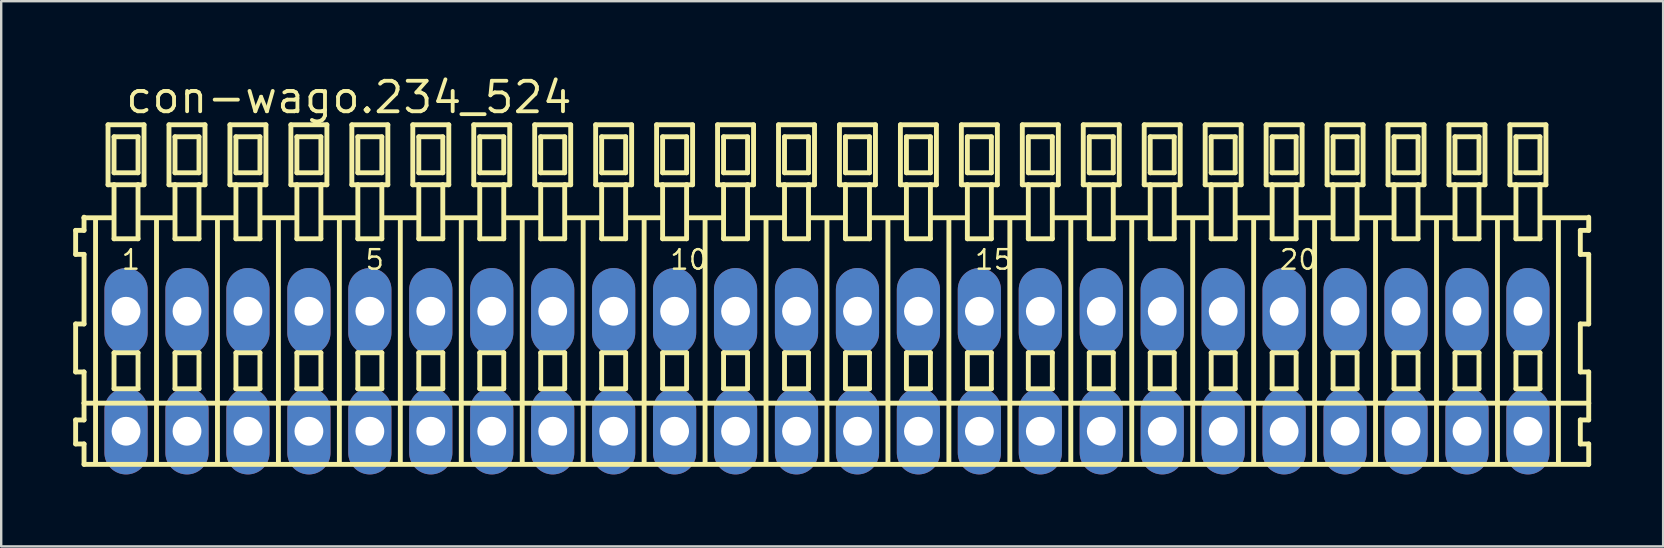
<source format=kicad_pcb>
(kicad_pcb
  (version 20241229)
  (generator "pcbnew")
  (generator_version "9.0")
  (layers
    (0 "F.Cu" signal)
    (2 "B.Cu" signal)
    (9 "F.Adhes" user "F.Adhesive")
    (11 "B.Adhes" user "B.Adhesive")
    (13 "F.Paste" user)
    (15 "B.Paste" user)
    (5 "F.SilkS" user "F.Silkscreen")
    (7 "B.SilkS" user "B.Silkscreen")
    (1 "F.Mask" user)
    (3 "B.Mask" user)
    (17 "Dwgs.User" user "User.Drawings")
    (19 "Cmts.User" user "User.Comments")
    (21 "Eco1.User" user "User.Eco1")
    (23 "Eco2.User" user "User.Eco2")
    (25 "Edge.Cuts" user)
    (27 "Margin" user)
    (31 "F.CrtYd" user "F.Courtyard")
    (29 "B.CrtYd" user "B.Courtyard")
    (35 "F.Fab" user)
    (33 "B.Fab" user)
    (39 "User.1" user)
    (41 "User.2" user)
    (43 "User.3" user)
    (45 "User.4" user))
  (footprint "con-wago.234_524"
    (layer "F.Cu")
    (at 31.412 12.42)
    (property "Reference" "con-wago.234_524" (at -29.31 -10.67 0) (layer "F.SilkS") (effects (font (size 1.27 1.27) (thickness 0.16)) (justify left bottom)))
    (attr through_hole)
    (fp_line (start -31.31 -5.87) (end -31.31 -4.87) (stroke (width 0.203) (type default)) (layer "F.SilkS"))
    (fp_line (start -31.31 -4.87) (end -30.96 -4.87) (stroke (width 0.203) (type default)) (layer "F.SilkS"))
    (fp_line (start -31.31 -1.97) (end -31.31 0.03) (stroke (width 0.203) (type default)) (layer "F.SilkS"))
    (fp_line (start -31.31 0.03) (end -30.96 0.03) (stroke (width 0.203) (type default)) (layer "F.SilkS"))
    (fp_line (start -31.31 2.03) (end -31.31 3.03) (stroke (width 0.203) (type default)) (layer "F.SilkS"))
    (fp_line (start -31.31 3.03) (end -30.96 3.03) (stroke (width 0.203) (type default)) (layer "F.SilkS"))
    (fp_line (start -30.96 -6.42) (end -30.96 -6.395) (stroke (width 0.203) (type default)) (layer "F.SilkS"))
    (fp_line (start -30.96 -6.395) (end -30.96 -5.87) (stroke (width 0.203) (type default)) (layer "F.SilkS"))
    (fp_line (start -30.96 -6.395) (end -29.835 -6.395) (stroke (width 0.203) (type default)) (layer "F.SilkS"))
    (fp_line (start -30.96 -5.87) (end -31.31 -5.87) (stroke (width 0.203) (type default)) (layer "F.SilkS"))
    (fp_line (start -30.96 -4.87) (end -30.96 -1.97) (stroke (width 0.203) (type default)) (layer "F.SilkS"))
    (fp_line (start -30.96 -1.97) (end -31.31 -1.97) (stroke (width 0.203) (type default)) (layer "F.SilkS"))
    (fp_line (start -30.96 0.03) (end -30.96 1.33) (stroke (width 0.203) (type default)) (layer "F.SilkS"))
    (fp_line (start -30.96 1.33) (end -30.96 2.03) (stroke (width 0.203) (type default)) (layer "F.SilkS"))
    (fp_line (start -30.96 1.33) (end 31.743 1.33) (stroke (width 0.203) (type default)) (layer "F.SilkS"))
    (fp_line (start -30.96 2.03) (end -31.31 2.03) (stroke (width 0.203) (type default)) (layer "F.SilkS"))
    (fp_line (start -30.96 3.03) (end -30.96 3.88) (stroke (width 0.203) (type default)) (layer "F.SilkS"))
    (fp_line (start -30.96 3.88) (end 31.743 3.88) (stroke (width 0.203) (type default)) (layer "F.SilkS"))
    (fp_line (start -30.48 3.83) (end -30.48 -6.33) (stroke (width 0.203) (type default)) (layer "F.SilkS"))
    (fp_line (start -29.96 -10.27) (end -29.96 -7.77) (stroke (width 0.203) (type default)) (layer "F.SilkS"))
    (fp_line (start -29.96 -7.77) (end -29.71 -7.77) (stroke (width 0.203) (type default)) (layer "F.SilkS"))
    (fp_line (start -29.71 -9.77) (end -29.71 -8.27) (stroke (width 0.203) (type default)) (layer "F.SilkS"))
    (fp_line (start -29.71 -8.27) (end -28.71 -8.27) (stroke (width 0.203) (type default)) (layer "F.SilkS"))
    (fp_line (start -29.71 -7.77) (end -29.71 -5.52) (stroke (width 0.203) (type default)) (layer "F.SilkS"))
    (fp_line (start -29.71 -7.77) (end -28.71 -7.77) (stroke (width 0.203) (type default)) (layer "F.SilkS"))
    (fp_line (start -29.71 -5.52) (end -28.71 -5.52) (stroke (width 0.203) (type default)) (layer "F.SilkS"))
    (fp_line (start -29.71 -0.77) (end -29.71 0.73) (stroke (width 0.203) (type default)) (layer "F.SilkS"))
    (fp_line (start -29.71 0.73) (end -28.71 0.73) (stroke (width 0.203) (type default)) (layer "F.SilkS"))
    (fp_line (start -28.71 -9.77) (end -29.71 -9.77) (stroke (width 0.203) (type default)) (layer "F.SilkS"))
    (fp_line (start -28.71 -8.27) (end -28.71 -9.77) (stroke (width 0.203) (type default)) (layer "F.SilkS"))
    (fp_line (start -28.71 -7.77) (end -28.46 -7.77) (stroke (width 0.203) (type default)) (layer "F.SilkS"))
    (fp_line (start -28.71 -5.52) (end -28.71 -7.77) (stroke (width 0.203) (type default)) (layer "F.SilkS"))
    (fp_line (start -28.71 -0.77) (end -29.71 -0.77) (stroke (width 0.203) (type default)) (layer "F.SilkS"))
    (fp_line (start -28.71 0.73) (end -28.71 -0.77) (stroke (width 0.203) (type default)) (layer "F.SilkS"))
    (fp_line (start -28.674 -6.395) (end -27.295 -6.395) (stroke (width 0.203) (type default)) (layer "F.SilkS"))
    (fp_line (start -28.46 -10.27) (end -29.96 -10.27) (stroke (width 0.203) (type default)) (layer "F.SilkS"))
    (fp_line (start -28.46 -7.77) (end -28.46 -10.27) (stroke (width 0.203) (type default)) (layer "F.SilkS"))
    (fp_line (start -27.94 3.83) (end -27.94 -6.33) (stroke (width 0.203) (type default)) (layer "F.SilkS"))
    (fp_line (start -27.42 -10.27) (end -27.42 -7.77) (stroke (width 0.203) (type default)) (layer "F.SilkS"))
    (fp_line (start -27.42 -7.77) (end -27.17 -7.77) (stroke (width 0.203) (type default)) (layer "F.SilkS"))
    (fp_line (start -27.17 -9.77) (end -27.17 -8.27) (stroke (width 0.203) (type default)) (layer "F.SilkS"))
    (fp_line (start -27.17 -8.27) (end -26.17 -8.27) (stroke (width 0.203) (type default)) (layer "F.SilkS"))
    (fp_line (start -27.17 -7.77) (end -27.17 -5.52) (stroke (width 0.203) (type default)) (layer "F.SilkS"))
    (fp_line (start -27.17 -7.77) (end -26.17 -7.77) (stroke (width 0.203) (type default)) (layer "F.SilkS"))
    (fp_line (start -27.17 -5.52) (end -26.17 -5.52) (stroke (width 0.203) (type default)) (layer "F.SilkS"))
    (fp_line (start -27.17 -0.77) (end -27.17 0.73) (stroke (width 0.203) (type default)) (layer "F.SilkS"))
    (fp_line (start -27.17 0.73) (end -26.17 0.73) (stroke (width 0.203) (type default)) (layer "F.SilkS"))
    (fp_line (start -26.17 -9.77) (end -27.17 -9.77) (stroke (width 0.203) (type default)) (layer "F.SilkS"))
    (fp_line (start -26.17 -8.27) (end -26.17 -9.77) (stroke (width 0.203) (type default)) (layer "F.SilkS"))
    (fp_line (start -26.17 -7.77) (end -25.92 -7.77) (stroke (width 0.203) (type default)) (layer "F.SilkS"))
    (fp_line (start -26.17 -5.52) (end -26.17 -7.77) (stroke (width 0.203) (type default)) (layer "F.SilkS"))
    (fp_line (start -26.17 -0.77) (end -27.17 -0.77) (stroke (width 0.203) (type default)) (layer "F.SilkS"))
    (fp_line (start -26.17 0.73) (end -26.17 -0.77) (stroke (width 0.203) (type default)) (layer "F.SilkS"))
    (fp_line (start -26.134 -6.395) (end -24.755 -6.395) (stroke (width 0.203) (type default)) (layer "F.SilkS"))
    (fp_line (start -25.92 -10.27) (end -27.42 -10.27) (stroke (width 0.203) (type default)) (layer "F.SilkS"))
    (fp_line (start -25.92 -7.77) (end -25.92 -10.27) (stroke (width 0.203) (type default)) (layer "F.SilkS"))
    (fp_line (start -25.4 3.83) (end -25.4 -6.33) (stroke (width 0.203) (type default)) (layer "F.SilkS"))
    (fp_line (start -24.88 -10.27) (end -24.88 -7.77) (stroke (width 0.203) (type default)) (layer "F.SilkS"))
    (fp_line (start -24.88 -7.77) (end -24.63 -7.77) (stroke (width 0.203) (type default)) (layer "F.SilkS"))
    (fp_line (start -24.63 -9.77) (end -24.63 -8.27) (stroke (width 0.203) (type default)) (layer "F.SilkS"))
    (fp_line (start -24.63 -8.27) (end -23.63 -8.27) (stroke (width 0.203) (type default)) (layer "F.SilkS"))
    (fp_line (start -24.63 -7.77) (end -24.63 -5.52) (stroke (width 0.203) (type default)) (layer "F.SilkS"))
    (fp_line (start -24.63 -7.77) (end -23.63 -7.77) (stroke (width 0.203) (type default)) (layer "F.SilkS"))
    (fp_line (start -24.63 -5.52) (end -23.63 -5.52) (stroke (width 0.203) (type default)) (layer "F.SilkS"))
    (fp_line (start -24.63 -0.77) (end -24.63 0.73) (stroke (width 0.203) (type default)) (layer "F.SilkS"))
    (fp_line (start -24.63 0.73) (end -23.63 0.73) (stroke (width 0.203) (type default)) (layer "F.SilkS"))
    (fp_line (start -23.63 -9.77) (end -24.63 -9.77) (stroke (width 0.203) (type default)) (layer "F.SilkS"))
    (fp_line (start -23.63 -8.27) (end -23.63 -9.77) (stroke (width 0.203) (type default)) (layer "F.SilkS"))
    (fp_line (start -23.63 -7.77) (end -23.38 -7.77) (stroke (width 0.203) (type default)) (layer "F.SilkS"))
    (fp_line (start -23.63 -5.52) (end -23.63 -7.77) (stroke (width 0.203) (type default)) (layer "F.SilkS"))
    (fp_line (start -23.63 -0.77) (end -24.63 -0.77) (stroke (width 0.203) (type default)) (layer "F.SilkS"))
    (fp_line (start -23.63 0.73) (end -23.63 -0.77) (stroke (width 0.203) (type default)) (layer "F.SilkS"))
    (fp_line (start -23.594 -6.395) (end -22.215 -6.395) (stroke (width 0.203) (type default)) (layer "F.SilkS"))
    (fp_line (start -23.38 -10.27) (end -24.88 -10.27) (stroke (width 0.203) (type default)) (layer "F.SilkS"))
    (fp_line (start -23.38 -7.77) (end -23.38 -10.27) (stroke (width 0.203) (type default)) (layer "F.SilkS"))
    (fp_line (start -22.86 3.83) (end -22.86 -6.33) (stroke (width 0.203) (type default)) (layer "F.SilkS"))
    (fp_line (start -22.34 -10.27) (end -22.34 -7.77) (stroke (width 0.203) (type default)) (layer "F.SilkS"))
    (fp_line (start -22.34 -7.77) (end -22.09 -7.77) (stroke (width 0.203) (type default)) (layer "F.SilkS"))
    (fp_line (start -22.09 -9.77) (end -22.09 -8.27) (stroke (width 0.203) (type default)) (layer "F.SilkS"))
    (fp_line (start -22.09 -8.27) (end -21.09 -8.27) (stroke (width 0.203) (type default)) (layer "F.SilkS"))
    (fp_line (start -22.09 -7.77) (end -22.09 -5.52) (stroke (width 0.203) (type default)) (layer "F.SilkS"))
    (fp_line (start -22.09 -7.77) (end -21.09 -7.77) (stroke (width 0.203) (type default)) (layer "F.SilkS"))
    (fp_line (start -22.09 -5.52) (end -21.09 -5.52) (stroke (width 0.203) (type default)) (layer "F.SilkS"))
    (fp_line (start -22.09 -0.77) (end -22.09 0.73) (stroke (width 0.203) (type default)) (layer "F.SilkS"))
    (fp_line (start -22.09 0.73) (end -21.09 0.73) (stroke (width 0.203) (type default)) (layer "F.SilkS"))
    (fp_line (start -21.09 -9.77) (end -22.09 -9.77) (stroke (width 0.203) (type default)) (layer "F.SilkS"))
    (fp_line (start -21.09 -8.27) (end -21.09 -9.77) (stroke (width 0.203) (type default)) (layer "F.SilkS"))
    (fp_line (start -21.09 -7.77) (end -20.84 -7.77) (stroke (width 0.203) (type default)) (layer "F.SilkS"))
    (fp_line (start -21.09 -5.52) (end -21.09 -7.77) (stroke (width 0.203) (type default)) (layer "F.SilkS"))
    (fp_line (start -21.09 -0.77) (end -22.09 -0.77) (stroke (width 0.203) (type default)) (layer "F.SilkS"))
    (fp_line (start -21.09 0.73) (end -21.09 -0.77) (stroke (width 0.203) (type default)) (layer "F.SilkS"))
    (fp_line (start -21.054 -6.395) (end -19.675 -6.395) (stroke (width 0.203) (type default)) (layer "F.SilkS"))
    (fp_line (start -20.84 -10.27) (end -22.34 -10.27) (stroke (width 0.203) (type default)) (layer "F.SilkS"))
    (fp_line (start -20.84 -7.77) (end -20.84 -10.27) (stroke (width 0.203) (type default)) (layer "F.SilkS"))
    (fp_line (start -20.32 3.83) (end -20.32 -6.33) (stroke (width 0.203) (type default)) (layer "F.SilkS"))
    (fp_line (start -19.8 -10.27) (end -19.8 -7.77) (stroke (width 0.203) (type default)) (layer "F.SilkS"))
    (fp_line (start -19.8 -7.77) (end -19.55 -7.77) (stroke (width 0.203) (type default)) (layer "F.SilkS"))
    (fp_line (start -19.55 -9.77) (end -19.55 -8.27) (stroke (width 0.203) (type default)) (layer "F.SilkS"))
    (fp_line (start -19.55 -8.27) (end -18.55 -8.27) (stroke (width 0.203) (type default)) (layer "F.SilkS"))
    (fp_line (start -19.55 -7.77) (end -19.55 -5.52) (stroke (width 0.203) (type default)) (layer "F.SilkS"))
    (fp_line (start -19.55 -7.77) (end -18.55 -7.77) (stroke (width 0.203) (type default)) (layer "F.SilkS"))
    (fp_line (start -19.55 -5.52) (end -18.55 -5.52) (stroke (width 0.203) (type default)) (layer "F.SilkS"))
    (fp_line (start -19.55 -0.77) (end -19.55 0.73) (stroke (width 0.203) (type default)) (layer "F.SilkS"))
    (fp_line (start -19.55 0.73) (end -18.55 0.73) (stroke (width 0.203) (type default)) (layer "F.SilkS"))
    (fp_line (start -18.55 -9.77) (end -19.55 -9.77) (stroke (width 0.203) (type default)) (layer "F.SilkS"))
    (fp_line (start -18.55 -8.27) (end -18.55 -9.77) (stroke (width 0.203) (type default)) (layer "F.SilkS"))
    (fp_line (start -18.55 -7.77) (end -18.3 -7.77) (stroke (width 0.203) (type default)) (layer "F.SilkS"))
    (fp_line (start -18.55 -5.52) (end -18.55 -7.77) (stroke (width 0.203) (type default)) (layer "F.SilkS"))
    (fp_line (start -18.55 -0.77) (end -19.55 -0.77) (stroke (width 0.203) (type default)) (layer "F.SilkS"))
    (fp_line (start -18.55 0.73) (end -18.55 -0.77) (stroke (width 0.203) (type default)) (layer "F.SilkS"))
    (fp_line (start -18.514 -6.395) (end -17.135 -6.395) (stroke (width 0.203) (type default)) (layer "F.SilkS"))
    (fp_line (start -18.3 -10.27) (end -19.8 -10.27) (stroke (width 0.203) (type default)) (layer "F.SilkS"))
    (fp_line (start -18.3 -7.77) (end -18.3 -10.27) (stroke (width 0.203) (type default)) (layer "F.SilkS"))
    (fp_line (start -17.78 3.83) (end -17.78 -6.33) (stroke (width 0.203) (type default)) (layer "F.SilkS"))
    (fp_line (start -17.26 -10.27) (end -17.26 -7.77) (stroke (width 0.203) (type default)) (layer "F.SilkS"))
    (fp_line (start -17.26 -7.77) (end -17.01 -7.77) (stroke (width 0.203) (type default)) (layer "F.SilkS"))
    (fp_line (start -17.01 -9.77) (end -17.01 -8.27) (stroke (width 0.203) (type default)) (layer "F.SilkS"))
    (fp_line (start -17.01 -8.27) (end -16.01 -8.27) (stroke (width 0.203) (type default)) (layer "F.SilkS"))
    (fp_line (start -17.01 -7.77) (end -17.01 -5.52) (stroke (width 0.203) (type default)) (layer "F.SilkS"))
    (fp_line (start -17.01 -7.77) (end -16.01 -7.77) (stroke (width 0.203) (type default)) (layer "F.SilkS"))
    (fp_line (start -17.01 -5.52) (end -16.01 -5.52) (stroke (width 0.203) (type default)) (layer "F.SilkS"))
    (fp_line (start -17.01 -0.77) (end -17.01 0.73) (stroke (width 0.203) (type default)) (layer "F.SilkS"))
    (fp_line (start -17.01 0.73) (end -16.01 0.73) (stroke (width 0.203) (type default)) (layer "F.SilkS"))
    (fp_line (start -16.01 -9.77) (end -17.01 -9.77) (stroke (width 0.203) (type default)) (layer "F.SilkS"))
    (fp_line (start -16.01 -8.27) (end -16.01 -9.77) (stroke (width 0.203) (type default)) (layer "F.SilkS"))
    (fp_line (start -16.01 -7.77) (end -15.76 -7.77) (stroke (width 0.203) (type default)) (layer "F.SilkS"))
    (fp_line (start -16.01 -5.52) (end -16.01 -7.77) (stroke (width 0.203) (type default)) (layer "F.SilkS"))
    (fp_line (start -16.01 -0.77) (end -17.01 -0.77) (stroke (width 0.203) (type default)) (layer "F.SilkS"))
    (fp_line (start -16.01 0.73) (end -16.01 -0.77) (stroke (width 0.203) (type default)) (layer "F.SilkS"))
    (fp_line (start -15.974 -6.395) (end -14.595 -6.395) (stroke (width 0.203) (type default)) (layer "F.SilkS"))
    (fp_line (start -15.76 -10.27) (end -17.26 -10.27) (stroke (width 0.203) (type default)) (layer "F.SilkS"))
    (fp_line (start -15.76 -7.77) (end -15.76 -10.27) (stroke (width 0.203) (type default)) (layer "F.SilkS"))
    (fp_line (start -15.24 3.83) (end -15.24 -6.33) (stroke (width 0.203) (type default)) (layer "F.SilkS"))
    (fp_line (start -14.72 -10.27) (end -14.72 -7.77) (stroke (width 0.203) (type default)) (layer "F.SilkS"))
    (fp_line (start -14.72 -7.77) (end -14.47 -7.77) (stroke (width 0.203) (type default)) (layer "F.SilkS"))
    (fp_line (start -14.47 -9.77) (end -14.47 -8.27) (stroke (width 0.203) (type default)) (layer "F.SilkS"))
    (fp_line (start -14.47 -8.27) (end -13.47 -8.27) (stroke (width 0.203) (type default)) (layer "F.SilkS"))
    (fp_line (start -14.47 -7.77) (end -14.47 -5.52) (stroke (width 0.203) (type default)) (layer "F.SilkS"))
    (fp_line (start -14.47 -7.77) (end -13.47 -7.77) (stroke (width 0.203) (type default)) (layer "F.SilkS"))
    (fp_line (start -14.47 -5.52) (end -13.47 -5.52) (stroke (width 0.203) (type default)) (layer "F.SilkS"))
    (fp_line (start -14.47 -0.77) (end -14.47 0.73) (stroke (width 0.203) (type default)) (layer "F.SilkS"))
    (fp_line (start -14.47 0.73) (end -13.47 0.73) (stroke (width 0.203) (type default)) (layer "F.SilkS"))
    (fp_line (start -13.47 -9.77) (end -14.47 -9.77) (stroke (width 0.203) (type default)) (layer "F.SilkS"))
    (fp_line (start -13.47 -8.27) (end -13.47 -9.77) (stroke (width 0.203) (type default)) (layer "F.SilkS"))
    (fp_line (start -13.47 -7.77) (end -13.22 -7.77) (stroke (width 0.203) (type default)) (layer "F.SilkS"))
    (fp_line (start -13.47 -5.52) (end -13.47 -7.77) (stroke (width 0.203) (type default)) (layer "F.SilkS"))
    (fp_line (start -13.47 -0.77) (end -14.47 -0.77) (stroke (width 0.203) (type default)) (layer "F.SilkS"))
    (fp_line (start -13.47 0.73) (end -13.47 -0.77) (stroke (width 0.203) (type default)) (layer "F.SilkS"))
    (fp_line (start -13.434 -6.395) (end -12.055 -6.395) (stroke (width 0.203) (type default)) (layer "F.SilkS"))
    (fp_line (start -13.22 -10.27) (end -14.72 -10.27) (stroke (width 0.203) (type default)) (layer "F.SilkS"))
    (fp_line (start -13.22 -7.77) (end -13.22 -10.27) (stroke (width 0.203) (type default)) (layer "F.SilkS"))
    (fp_line (start -12.7 3.83) (end -12.7 -6.33) (stroke (width 0.203) (type default)) (layer "F.SilkS"))
    (fp_line (start -12.18 -10.27) (end -12.18 -7.77) (stroke (width 0.203) (type default)) (layer "F.SilkS"))
    (fp_line (start -12.18 -7.77) (end -11.93 -7.77) (stroke (width 0.203) (type default)) (layer "F.SilkS"))
    (fp_line (start -11.93 -9.77) (end -11.93 -8.27) (stroke (width 0.203) (type default)) (layer "F.SilkS"))
    (fp_line (start -11.93 -8.27) (end -10.93 -8.27) (stroke (width 0.203) (type default)) (layer "F.SilkS"))
    (fp_line (start -11.93 -7.77) (end -11.93 -5.52) (stroke (width 0.203) (type default)) (layer "F.SilkS"))
    (fp_line (start -11.93 -7.77) (end -10.93 -7.77) (stroke (width 0.203) (type default)) (layer "F.SilkS"))
    (fp_line (start -11.93 -5.52) (end -10.93 -5.52) (stroke (width 0.203) (type default)) (layer "F.SilkS"))
    (fp_line (start -11.93 -0.77) (end -11.93 0.73) (stroke (width 0.203) (type default)) (layer "F.SilkS"))
    (fp_line (start -11.93 0.73) (end -10.93 0.73) (stroke (width 0.203) (type default)) (layer "F.SilkS"))
    (fp_line (start -10.93 -9.77) (end -11.93 -9.77) (stroke (width 0.203) (type default)) (layer "F.SilkS"))
    (fp_line (start -10.93 -8.27) (end -10.93 -9.77) (stroke (width 0.203) (type default)) (layer "F.SilkS"))
    (fp_line (start -10.93 -7.77) (end -10.68 -7.77) (stroke (width 0.203) (type default)) (layer "F.SilkS"))
    (fp_line (start -10.93 -5.52) (end -10.93 -7.77) (stroke (width 0.203) (type default)) (layer "F.SilkS"))
    (fp_line (start -10.93 -0.77) (end -11.93 -0.77) (stroke (width 0.203) (type default)) (layer "F.SilkS"))
    (fp_line (start -10.93 0.73) (end -10.93 -0.77) (stroke (width 0.203) (type default)) (layer "F.SilkS"))
    (fp_line (start -10.894 -6.395) (end -9.515 -6.395) (stroke (width 0.203) (type default)) (layer "F.SilkS"))
    (fp_line (start -10.68 -10.27) (end -12.18 -10.27) (stroke (width 0.203) (type default)) (layer "F.SilkS"))
    (fp_line (start -10.68 -7.77) (end -10.68 -10.27) (stroke (width 0.203) (type default)) (layer "F.SilkS"))
    (fp_line (start -10.16 3.83) (end -10.16 -6.33) (stroke (width 0.203) (type default)) (layer "F.SilkS"))
    (fp_line (start -9.64 -10.27) (end -9.64 -7.77) (stroke (width 0.203) (type default)) (layer "F.SilkS"))
    (fp_line (start -9.64 -7.77) (end -9.39 -7.77) (stroke (width 0.203) (type default)) (layer "F.SilkS"))
    (fp_line (start -9.39 -9.77) (end -9.39 -8.27) (stroke (width 0.203) (type default)) (layer "F.SilkS"))
    (fp_line (start -9.39 -8.27) (end -8.39 -8.27) (stroke (width 0.203) (type default)) (layer "F.SilkS"))
    (fp_line (start -9.39 -7.77) (end -9.39 -5.52) (stroke (width 0.203) (type default)) (layer "F.SilkS"))
    (fp_line (start -9.39 -7.77) (end -8.39 -7.77) (stroke (width 0.203) (type default)) (layer "F.SilkS"))
    (fp_line (start -9.39 -5.52) (end -8.39 -5.52) (stroke (width 0.203) (type default)) (layer "F.SilkS"))
    (fp_line (start -9.39 -0.77) (end -9.39 0.73) (stroke (width 0.203) (type default)) (layer "F.SilkS"))
    (fp_line (start -9.39 0.73) (end -8.39 0.73) (stroke (width 0.203) (type default)) (layer "F.SilkS"))
    (fp_line (start -8.39 -9.77) (end -9.39 -9.77) (stroke (width 0.203) (type default)) (layer "F.SilkS"))
    (fp_line (start -8.39 -8.27) (end -8.39 -9.77) (stroke (width 0.203) (type default)) (layer "F.SilkS"))
    (fp_line (start -8.39 -7.77) (end -8.14 -7.77) (stroke (width 0.203) (type default)) (layer "F.SilkS"))
    (fp_line (start -8.39 -5.52) (end -8.39 -7.77) (stroke (width 0.203) (type default)) (layer "F.SilkS"))
    (fp_line (start -8.39 -0.77) (end -9.39 -0.77) (stroke (width 0.203) (type default)) (layer "F.SilkS"))
    (fp_line (start -8.39 0.73) (end -8.39 -0.77) (stroke (width 0.203) (type default)) (layer "F.SilkS"))
    (fp_line (start -8.354 -6.395) (end -6.975 -6.395) (stroke (width 0.203) (type default)) (layer "F.SilkS"))
    (fp_line (start -8.14 -10.27) (end -9.64 -10.27) (stroke (width 0.203) (type default)) (layer "F.SilkS"))
    (fp_line (start -8.14 -7.77) (end -8.14 -10.27) (stroke (width 0.203) (type default)) (layer "F.SilkS"))
    (fp_line (start -7.62 3.83) (end -7.62 -6.33) (stroke (width 0.203) (type default)) (layer "F.SilkS"))
    (fp_line (start -7.1 -10.27) (end -7.1 -7.77) (stroke (width 0.203) (type default)) (layer "F.SilkS"))
    (fp_line (start -7.1 -7.77) (end -6.85 -7.77) (stroke (width 0.203) (type default)) (layer "F.SilkS"))
    (fp_line (start -6.85 -9.77) (end -6.85 -8.27) (stroke (width 0.203) (type default)) (layer "F.SilkS"))
    (fp_line (start -6.85 -8.27) (end -5.85 -8.27) (stroke (width 0.203) (type default)) (layer "F.SilkS"))
    (fp_line (start -6.85 -7.77) (end -6.85 -5.52) (stroke (width 0.203) (type default)) (layer "F.SilkS"))
    (fp_line (start -6.85 -7.77) (end -5.85 -7.77) (stroke (width 0.203) (type default)) (layer "F.SilkS"))
    (fp_line (start -6.85 -5.52) (end -5.85 -5.52) (stroke (width 0.203) (type default)) (layer "F.SilkS"))
    (fp_line (start -6.85 -0.77) (end -6.85 0.73) (stroke (width 0.203) (type default)) (layer "F.SilkS"))
    (fp_line (start -6.85 0.73) (end -5.85 0.73) (stroke (width 0.203) (type default)) (layer "F.SilkS"))
    (fp_line (start -5.85 -9.77) (end -6.85 -9.77) (stroke (width 0.203) (type default)) (layer "F.SilkS"))
    (fp_line (start -5.85 -8.27) (end -5.85 -9.77) (stroke (width 0.203) (type default)) (layer "F.SilkS"))
    (fp_line (start -5.85 -7.77) (end -5.6 -7.77) (stroke (width 0.203) (type default)) (layer "F.SilkS"))
    (fp_line (start -5.85 -5.52) (end -5.85 -7.77) (stroke (width 0.203) (type default)) (layer "F.SilkS"))
    (fp_line (start -5.85 -0.77) (end -6.85 -0.77) (stroke (width 0.203) (type default)) (layer "F.SilkS"))
    (fp_line (start -5.85 0.73) (end -5.85 -0.77) (stroke (width 0.203) (type default)) (layer "F.SilkS"))
    (fp_line (start -5.814 -6.395) (end -4.435 -6.395) (stroke (width 0.203) (type default)) (layer "F.SilkS"))
    (fp_line (start -5.6 -10.27) (end -7.1 -10.27) (stroke (width 0.203) (type default)) (layer "F.SilkS"))
    (fp_line (start -5.6 -7.77) (end -5.6 -10.27) (stroke (width 0.203) (type default)) (layer "F.SilkS"))
    (fp_line (start -5.08 3.83) (end -5.08 -6.33) (stroke (width 0.203) (type default)) (layer "F.SilkS"))
    (fp_line (start -4.56 -10.27) (end -4.56 -7.77) (stroke (width 0.203) (type default)) (layer "F.SilkS"))
    (fp_line (start -4.56 -7.77) (end -4.31 -7.77) (stroke (width 0.203) (type default)) (layer "F.SilkS"))
    (fp_line (start -4.31 -9.77) (end -4.31 -8.27) (stroke (width 0.203) (type default)) (layer "F.SilkS"))
    (fp_line (start -4.31 -8.27) (end -3.31 -8.27) (stroke (width 0.203) (type default)) (layer "F.SilkS"))
    (fp_line (start -4.31 -7.77) (end -4.31 -5.52) (stroke (width 0.203) (type default)) (layer "F.SilkS"))
    (fp_line (start -4.31 -7.77) (end -3.31 -7.77) (stroke (width 0.203) (type default)) (layer "F.SilkS"))
    (fp_line (start -4.31 -5.52) (end -3.31 -5.52) (stroke (width 0.203) (type default)) (layer "F.SilkS"))
    (fp_line (start -4.31 -0.77) (end -4.31 0.73) (stroke (width 0.203) (type default)) (layer "F.SilkS"))
    (fp_line (start -4.31 0.73) (end -3.31 0.73) (stroke (width 0.203) (type default)) (layer "F.SilkS"))
    (fp_line (start -3.31 -9.77) (end -4.31 -9.77) (stroke (width 0.203) (type default)) (layer "F.SilkS"))
    (fp_line (start -3.31 -8.27) (end -3.31 -9.77) (stroke (width 0.203) (type default)) (layer "F.SilkS"))
    (fp_line (start -3.31 -7.77) (end -3.06 -7.77) (stroke (width 0.203) (type default)) (layer "F.SilkS"))
    (fp_line (start -3.31 -5.52) (end -3.31 -7.77) (stroke (width 0.203) (type default)) (layer "F.SilkS"))
    (fp_line (start -3.31 -0.77) (end -4.31 -0.77) (stroke (width 0.203) (type default)) (layer "F.SilkS"))
    (fp_line (start -3.31 0.73) (end -3.31 -0.77) (stroke (width 0.203) (type default)) (layer "F.SilkS"))
    (fp_line (start -3.274 -6.395) (end -1.895 -6.395) (stroke (width 0.203) (type default)) (layer "F.SilkS"))
    (fp_line (start -3.06 -10.27) (end -4.56 -10.27) (stroke (width 0.203) (type default)) (layer "F.SilkS"))
    (fp_line (start -3.06 -7.77) (end -3.06 -10.27) (stroke (width 0.203) (type default)) (layer "F.SilkS"))
    (fp_line (start -2.54 3.83) (end -2.54 -6.33) (stroke (width 0.203) (type default)) (layer "F.SilkS"))
    (fp_line (start -2.02 -10.27) (end -2.02 -7.77) (stroke (width 0.203) (type default)) (layer "F.SilkS"))
    (fp_line (start -2.02 -7.77) (end -1.77 -7.77) (stroke (width 0.203) (type default)) (layer "F.SilkS"))
    (fp_line (start -1.77 -9.77) (end -1.77 -8.27) (stroke (width 0.203) (type default)) (layer "F.SilkS"))
    (fp_line (start -1.77 -8.27) (end -0.77 -8.27) (stroke (width 0.203) (type default)) (layer "F.SilkS"))
    (fp_line (start -1.77 -7.77) (end -1.77 -5.52) (stroke (width 0.203) (type default)) (layer "F.SilkS"))
    (fp_line (start -1.77 -7.77) (end -0.77 -7.77) (stroke (width 0.203) (type default)) (layer "F.SilkS"))
    (fp_line (start -1.77 -5.52) (end -0.77 -5.52) (stroke (width 0.203) (type default)) (layer "F.SilkS"))
    (fp_line (start -1.77 -0.77) (end -1.77 0.73) (stroke (width 0.203) (type default)) (layer "F.SilkS"))
    (fp_line (start -1.77 0.73) (end -0.77 0.73) (stroke (width 0.203) (type default)) (layer "F.SilkS"))
    (fp_line (start -0.77 -9.77) (end -1.77 -9.77) (stroke (width 0.203) (type default)) (layer "F.SilkS"))
    (fp_line (start -0.77 -8.27) (end -0.77 -9.77) (stroke (width 0.203) (type default)) (layer "F.SilkS"))
    (fp_line (start -0.77 -7.77) (end -0.52 -7.77) (stroke (width 0.203) (type default)) (layer "F.SilkS"))
    (fp_line (start -0.77 -5.52) (end -0.77 -7.77) (stroke (width 0.203) (type default)) (layer "F.SilkS"))
    (fp_line (start -0.77 -0.77) (end -1.77 -0.77) (stroke (width 0.203) (type default)) (layer "F.SilkS"))
    (fp_line (start -0.77 0.73) (end -0.77 -0.77) (stroke (width 0.203) (type default)) (layer "F.SilkS"))
    (fp_line (start -0.734 -6.395) (end 0.645 -6.395) (stroke (width 0.203) (type default)) (layer "F.SilkS"))
    (fp_line (start -0.52 -10.27) (end -2.02 -10.27) (stroke (width 0.203) (type default)) (layer "F.SilkS"))
    (fp_line (start -0.52 -7.77) (end -0.52 -10.27) (stroke (width 0.203) (type default)) (layer "F.SilkS"))
    (fp_line (start 0 3.83) (end 0 -6.33) (stroke (width 0.203) (type default)) (layer "F.SilkS"))
    (fp_line (start 0.52 -10.27) (end 0.52 -7.77) (stroke (width 0.203) (type default)) (layer "F.SilkS"))
    (fp_line (start 0.52 -7.77) (end 0.77 -7.77) (stroke (width 0.203) (type default)) (layer "F.SilkS"))
    (fp_line (start 0.77 -9.77) (end 0.77 -8.27) (stroke (width 0.203) (type default)) (layer "F.SilkS"))
    (fp_line (start 0.77 -8.27) (end 1.77 -8.27) (stroke (width 0.203) (type default)) (layer "F.SilkS"))
    (fp_line (start 0.77 -7.77) (end 0.77 -5.52) (stroke (width 0.203) (type default)) (layer "F.SilkS"))
    (fp_line (start 0.77 -7.77) (end 1.77 -7.77) (stroke (width 0.203) (type default)) (layer "F.SilkS"))
    (fp_line (start 0.77 -5.52) (end 1.77 -5.52) (stroke (width 0.203) (type default)) (layer "F.SilkS"))
    (fp_line (start 0.77 -0.77) (end 0.77 0.73) (stroke (width 0.203) (type default)) (layer "F.SilkS"))
    (fp_line (start 0.77 0.73) (end 1.77 0.73) (stroke (width 0.203) (type default)) (layer "F.SilkS"))
    (fp_line (start 1.77 -9.77) (end 0.77 -9.77) (stroke (width 0.203) (type default)) (layer "F.SilkS"))
    (fp_line (start 1.77 -8.27) (end 1.77 -9.77) (stroke (width 0.203) (type default)) (layer "F.SilkS"))
    (fp_line (start 1.77 -7.77) (end 2.02 -7.77) (stroke (width 0.203) (type default)) (layer "F.SilkS"))
    (fp_line (start 1.77 -5.52) (end 1.77 -7.77) (stroke (width 0.203) (type default)) (layer "F.SilkS"))
    (fp_line (start 1.77 -0.77) (end 0.77 -0.77) (stroke (width 0.203) (type default)) (layer "F.SilkS"))
    (fp_line (start 1.77 0.73) (end 1.77 -0.77) (stroke (width 0.203) (type default)) (layer "F.SilkS"))
    (fp_line (start 1.806 -6.395) (end 3.185 -6.395) (stroke (width 0.203) (type default)) (layer "F.SilkS"))
    (fp_line (start 2.02 -10.27) (end 0.52 -10.27) (stroke (width 0.203) (type default)) (layer "F.SilkS"))
    (fp_line (start 2.02 -7.77) (end 2.02 -10.27) (stroke (width 0.203) (type default)) (layer "F.SilkS"))
    (fp_line (start 2.54 3.83) (end 2.54 -6.33) (stroke (width 0.203) (type default)) (layer "F.SilkS"))
    (fp_line (start 3.06 -10.27) (end 3.06 -7.77) (stroke (width 0.203) (type default)) (layer "F.SilkS"))
    (fp_line (start 3.06 -7.77) (end 3.31 -7.77) (stroke (width 0.203) (type default)) (layer "F.SilkS"))
    (fp_line (start 3.31 -9.77) (end 3.31 -8.27) (stroke (width 0.203) (type default)) (layer "F.SilkS"))
    (fp_line (start 3.31 -8.27) (end 4.31 -8.27) (stroke (width 0.203) (type default)) (layer "F.SilkS"))
    (fp_line (start 3.31 -7.77) (end 3.31 -5.52) (stroke (width 0.203) (type default)) (layer "F.SilkS"))
    (fp_line (start 3.31 -7.77) (end 4.31 -7.77) (stroke (width 0.203) (type default)) (layer "F.SilkS"))
    (fp_line (start 3.31 -5.52) (end 4.31 -5.52) (stroke (width 0.203) (type default)) (layer "F.SilkS"))
    (fp_line (start 3.31 -0.77) (end 3.31 0.73) (stroke (width 0.203) (type default)) (layer "F.SilkS"))
    (fp_line (start 3.31 0.73) (end 4.31 0.73) (stroke (width 0.203) (type default)) (layer "F.SilkS"))
    (fp_line (start 4.31 -9.77) (end 3.31 -9.77) (stroke (width 0.203) (type default)) (layer "F.SilkS"))
    (fp_line (start 4.31 -8.27) (end 4.31 -9.77) (stroke (width 0.203) (type default)) (layer "F.SilkS"))
    (fp_line (start 4.31 -7.77) (end 4.56 -7.77) (stroke (width 0.203) (type default)) (layer "F.SilkS"))
    (fp_line (start 4.31 -5.52) (end 4.31 -7.77) (stroke (width 0.203) (type default)) (layer "F.SilkS"))
    (fp_line (start 4.31 -0.77) (end 3.31 -0.77) (stroke (width 0.203) (type default)) (layer "F.SilkS"))
    (fp_line (start 4.31 0.73) (end 4.31 -0.77) (stroke (width 0.203) (type default)) (layer "F.SilkS"))
    (fp_line (start 4.346 -6.395) (end 5.725 -6.395) (stroke (width 0.203) (type default)) (layer "F.SilkS"))
    (fp_line (start 4.56 -10.27) (end 3.06 -10.27) (stroke (width 0.203) (type default)) (layer "F.SilkS"))
    (fp_line (start 4.56 -7.77) (end 4.56 -10.27) (stroke (width 0.203) (type default)) (layer "F.SilkS"))
    (fp_line (start 5.08 3.83) (end 5.08 -6.33) (stroke (width 0.203) (type default)) (layer "F.SilkS"))
    (fp_line (start 5.6 -10.27) (end 5.6 -7.77) (stroke (width 0.203) (type default)) (layer "F.SilkS"))
    (fp_line (start 5.6 -7.77) (end 5.85 -7.77) (stroke (width 0.203) (type default)) (layer "F.SilkS"))
    (fp_line (start 5.85 -9.77) (end 5.85 -8.27) (stroke (width 0.203) (type default)) (layer "F.SilkS"))
    (fp_line (start 5.85 -8.27) (end 6.85 -8.27) (stroke (width 0.203) (type default)) (layer "F.SilkS"))
    (fp_line (start 5.85 -7.77) (end 5.85 -5.52) (stroke (width 0.203) (type default)) (layer "F.SilkS"))
    (fp_line (start 5.85 -7.77) (end 6.85 -7.77) (stroke (width 0.203) (type default)) (layer "F.SilkS"))
    (fp_line (start 5.85 -5.52) (end 6.85 -5.52) (stroke (width 0.203) (type default)) (layer "F.SilkS"))
    (fp_line (start 5.85 -0.77) (end 5.85 0.73) (stroke (width 0.203) (type default)) (layer "F.SilkS"))
    (fp_line (start 5.85 0.73) (end 6.85 0.73) (stroke (width 0.203) (type default)) (layer "F.SilkS"))
    (fp_line (start 6.85 -9.77) (end 5.85 -9.77) (stroke (width 0.203) (type default)) (layer "F.SilkS"))
    (fp_line (start 6.85 -8.27) (end 6.85 -9.77) (stroke (width 0.203) (type default)) (layer "F.SilkS"))
    (fp_line (start 6.85 -7.77) (end 7.1 -7.77) (stroke (width 0.203) (type default)) (layer "F.SilkS"))
    (fp_line (start 6.85 -5.52) (end 6.85 -7.77) (stroke (width 0.203) (type default)) (layer "F.SilkS"))
    (fp_line (start 6.85 -0.77) (end 5.85 -0.77) (stroke (width 0.203) (type default)) (layer "F.SilkS"))
    (fp_line (start 6.85 0.73) (end 6.85 -0.77) (stroke (width 0.203) (type default)) (layer "F.SilkS"))
    (fp_line (start 6.886 -6.395) (end 8.265 -6.395) (stroke (width 0.203) (type default)) (layer "F.SilkS"))
    (fp_line (start 7.1 -10.27) (end 5.6 -10.27) (stroke (width 0.203) (type default)) (layer "F.SilkS"))
    (fp_line (start 7.1 -7.77) (end 7.1 -10.27) (stroke (width 0.203) (type default)) (layer "F.SilkS"))
    (fp_line (start 7.62 3.83) (end 7.62 -6.33) (stroke (width 0.203) (type default)) (layer "F.SilkS"))
    (fp_line (start 8.14 -10.27) (end 8.14 -7.77) (stroke (width 0.203) (type default)) (layer "F.SilkS"))
    (fp_line (start 8.14 -7.77) (end 8.39 -7.77) (stroke (width 0.203) (type default)) (layer "F.SilkS"))
    (fp_line (start 8.39 -9.77) (end 8.39 -8.27) (stroke (width 0.203) (type default)) (layer "F.SilkS"))
    (fp_line (start 8.39 -8.27) (end 9.39 -8.27) (stroke (width 0.203) (type default)) (layer "F.SilkS"))
    (fp_line (start 8.39 -7.77) (end 8.39 -5.52) (stroke (width 0.203) (type default)) (layer "F.SilkS"))
    (fp_line (start 8.39 -7.77) (end 9.39 -7.77) (stroke (width 0.203) (type default)) (layer "F.SilkS"))
    (fp_line (start 8.39 -5.52) (end 9.39 -5.52) (stroke (width 0.203) (type default)) (layer "F.SilkS"))
    (fp_line (start 8.39 -0.77) (end 8.39 0.73) (stroke (width 0.203) (type default)) (layer "F.SilkS"))
    (fp_line (start 8.39 0.73) (end 9.39 0.73) (stroke (width 0.203) (type default)) (layer "F.SilkS"))
    (fp_line (start 9.39 -9.77) (end 8.39 -9.77) (stroke (width 0.203) (type default)) (layer "F.SilkS"))
    (fp_line (start 9.39 -8.27) (end 9.39 -9.77) (stroke (width 0.203) (type default)) (layer "F.SilkS"))
    (fp_line (start 9.39 -7.77) (end 9.64 -7.77) (stroke (width 0.203) (type default)) (layer "F.SilkS"))
    (fp_line (start 9.39 -5.52) (end 9.39 -7.77) (stroke (width 0.203) (type default)) (layer "F.SilkS"))
    (fp_line (start 9.39 -0.77) (end 8.39 -0.77) (stroke (width 0.203) (type default)) (layer "F.SilkS"))
    (fp_line (start 9.39 0.73) (end 9.39 -0.77) (stroke (width 0.203) (type default)) (layer "F.SilkS"))
    (fp_line (start 9.426 -6.395) (end 10.805 -6.395) (stroke (width 0.203) (type default)) (layer "F.SilkS"))
    (fp_line (start 9.64 -10.27) (end 8.14 -10.27) (stroke (width 0.203) (type default)) (layer "F.SilkS"))
    (fp_line (start 9.64 -7.77) (end 9.64 -10.27) (stroke (width 0.203) (type default)) (layer "F.SilkS"))
    (fp_line (start 10.16 3.83) (end 10.16 -6.33) (stroke (width 0.203) (type default)) (layer "F.SilkS"))
    (fp_line (start 10.68 -10.27) (end 10.68 -7.77) (stroke (width 0.203) (type default)) (layer "F.SilkS"))
    (fp_line (start 10.68 -7.77) (end 10.93 -7.77) (stroke (width 0.203) (type default)) (layer "F.SilkS"))
    (fp_line (start 10.93 -9.77) (end 10.93 -8.27) (stroke (width 0.203) (type default)) (layer "F.SilkS"))
    (fp_line (start 10.93 -8.27) (end 11.93 -8.27) (stroke (width 0.203) (type default)) (layer "F.SilkS"))
    (fp_line (start 10.93 -7.77) (end 10.93 -5.52) (stroke (width 0.203) (type default)) (layer "F.SilkS"))
    (fp_line (start 10.93 -7.77) (end 11.93 -7.77) (stroke (width 0.203) (type default)) (layer "F.SilkS"))
    (fp_line (start 10.93 -5.52) (end 11.93 -5.52) (stroke (width 0.203) (type default)) (layer "F.SilkS"))
    (fp_line (start 10.93 -0.77) (end 10.93 0.73) (stroke (width 0.203) (type default)) (layer "F.SilkS"))
    (fp_line (start 10.93 0.73) (end 11.93 0.73) (stroke (width 0.203) (type default)) (layer "F.SilkS"))
    (fp_line (start 11.93 -9.77) (end 10.93 -9.77) (stroke (width 0.203) (type default)) (layer "F.SilkS"))
    (fp_line (start 11.93 -8.27) (end 11.93 -9.77) (stroke (width 0.203) (type default)) (layer "F.SilkS"))
    (fp_line (start 11.93 -7.77) (end 12.18 -7.77) (stroke (width 0.203) (type default)) (layer "F.SilkS"))
    (fp_line (start 11.93 -5.52) (end 11.93 -7.77) (stroke (width 0.203) (type default)) (layer "F.SilkS"))
    (fp_line (start 11.93 -0.77) (end 10.93 -0.77) (stroke (width 0.203) (type default)) (layer "F.SilkS"))
    (fp_line (start 11.93 0.73) (end 11.93 -0.77) (stroke (width 0.203) (type default)) (layer "F.SilkS"))
    (fp_line (start 11.966 -6.395) (end 13.345 -6.395) (stroke (width 0.203) (type default)) (layer "F.SilkS"))
    (fp_line (start 12.18 -10.27) (end 10.68 -10.27) (stroke (width 0.203) (type default)) (layer "F.SilkS"))
    (fp_line (start 12.18 -7.77) (end 12.18 -10.27) (stroke (width 0.203) (type default)) (layer "F.SilkS"))
    (fp_line (start 12.7 3.83) (end 12.7 -6.33) (stroke (width 0.203) (type default)) (layer "F.SilkS"))
    (fp_line (start 13.22 -10.27) (end 13.22 -7.77) (stroke (width 0.203) (type default)) (layer "F.SilkS"))
    (fp_line (start 13.22 -7.77) (end 13.47 -7.77) (stroke (width 0.203) (type default)) (layer "F.SilkS"))
    (fp_line (start 13.47 -9.77) (end 13.47 -8.27) (stroke (width 0.203) (type default)) (layer "F.SilkS"))
    (fp_line (start 13.47 -8.27) (end 14.47 -8.27) (stroke (width 0.203) (type default)) (layer "F.SilkS"))
    (fp_line (start 13.47 -7.77) (end 13.47 -5.52) (stroke (width 0.203) (type default)) (layer "F.SilkS"))
    (fp_line (start 13.47 -7.77) (end 14.47 -7.77) (stroke (width 0.203) (type default)) (layer "F.SilkS"))
    (fp_line (start 13.47 -5.52) (end 14.47 -5.52) (stroke (width 0.203) (type default)) (layer "F.SilkS"))
    (fp_line (start 13.47 -0.77) (end 13.47 0.73) (stroke (width 0.203) (type default)) (layer "F.SilkS"))
    (fp_line (start 13.47 0.73) (end 14.47 0.73) (stroke (width 0.203) (type default)) (layer "F.SilkS"))
    (fp_line (start 14.47 -9.77) (end 13.47 -9.77) (stroke (width 0.203) (type default)) (layer "F.SilkS"))
    (fp_line (start 14.47 -8.27) (end 14.47 -9.77) (stroke (width 0.203) (type default)) (layer "F.SilkS"))
    (fp_line (start 14.47 -7.77) (end 14.72 -7.77) (stroke (width 0.203) (type default)) (layer "F.SilkS"))
    (fp_line (start 14.47 -5.52) (end 14.47 -7.77) (stroke (width 0.203) (type default)) (layer "F.SilkS"))
    (fp_line (start 14.47 -0.77) (end 13.47 -0.77) (stroke (width 0.203) (type default)) (layer "F.SilkS"))
    (fp_line (start 14.47 0.73) (end 14.47 -0.77) (stroke (width 0.203) (type default)) (layer "F.SilkS"))
    (fp_line (start 14.506 -6.395) (end 15.885 -6.395) (stroke (width 0.203) (type default)) (layer "F.SilkS"))
    (fp_line (start 14.72 -10.27) (end 13.22 -10.27) (stroke (width 0.203) (type default)) (layer "F.SilkS"))
    (fp_line (start 14.72 -7.77) (end 14.72 -10.27) (stroke (width 0.203) (type default)) (layer "F.SilkS"))
    (fp_line (start 15.24 3.83) (end 15.24 -6.33) (stroke (width 0.203) (type default)) (layer "F.SilkS"))
    (fp_line (start 15.76 -10.27) (end 15.76 -7.77) (stroke (width 0.203) (type default)) (layer "F.SilkS"))
    (fp_line (start 15.76 -7.77) (end 16.01 -7.77) (stroke (width 0.203) (type default)) (layer "F.SilkS"))
    (fp_line (start 16.01 -9.77) (end 16.01 -8.27) (stroke (width 0.203) (type default)) (layer "F.SilkS"))
    (fp_line (start 16.01 -8.27) (end 17.01 -8.27) (stroke (width 0.203) (type default)) (layer "F.SilkS"))
    (fp_line (start 16.01 -7.77) (end 16.01 -5.52) (stroke (width 0.203) (type default)) (layer "F.SilkS"))
    (fp_line (start 16.01 -7.77) (end 17.01 -7.77) (stroke (width 0.203) (type default)) (layer "F.SilkS"))
    (fp_line (start 16.01 -5.52) (end 17.01 -5.52) (stroke (width 0.203) (type default)) (layer "F.SilkS"))
    (fp_line (start 16.01 -0.77) (end 16.01 0.73) (stroke (width 0.203) (type default)) (layer "F.SilkS"))
    (fp_line (start 16.01 0.73) (end 17.01 0.73) (stroke (width 0.203) (type default)) (layer "F.SilkS"))
    (fp_line (start 17.01 -9.77) (end 16.01 -9.77) (stroke (width 0.203) (type default)) (layer "F.SilkS"))
    (fp_line (start 17.01 -8.27) (end 17.01 -9.77) (stroke (width 0.203) (type default)) (layer "F.SilkS"))
    (fp_line (start 17.01 -7.77) (end 17.26 -7.77) (stroke (width 0.203) (type default)) (layer "F.SilkS"))
    (fp_line (start 17.01 -5.52) (end 17.01 -7.77) (stroke (width 0.203) (type default)) (layer "F.SilkS"))
    (fp_line (start 17.01 -0.77) (end 16.01 -0.77) (stroke (width 0.203) (type default)) (layer "F.SilkS"))
    (fp_line (start 17.01 0.73) (end 17.01 -0.77) (stroke (width 0.203) (type default)) (layer "F.SilkS"))
    (fp_line (start 17.046 -6.395) (end 18.425 -6.395) (stroke (width 0.203) (type default)) (layer "F.SilkS"))
    (fp_line (start 17.26 -10.27) (end 15.76 -10.27) (stroke (width 0.203) (type default)) (layer "F.SilkS"))
    (fp_line (start 17.26 -7.77) (end 17.26 -10.27) (stroke (width 0.203) (type default)) (layer "F.SilkS"))
    (fp_line (start 17.78 3.83) (end 17.78 -6.33) (stroke (width 0.203) (type default)) (layer "F.SilkS"))
    (fp_line (start 18.3 -10.27) (end 18.3 -7.77) (stroke (width 0.203) (type default)) (layer "F.SilkS"))
    (fp_line (start 18.3 -7.77) (end 18.55 -7.77) (stroke (width 0.203) (type default)) (layer "F.SilkS"))
    (fp_line (start 18.55 -9.77) (end 18.55 -8.27) (stroke (width 0.203) (type default)) (layer "F.SilkS"))
    (fp_line (start 18.55 -8.27) (end 19.55 -8.27) (stroke (width 0.203) (type default)) (layer "F.SilkS"))
    (fp_line (start 18.55 -7.77) (end 18.55 -5.52) (stroke (width 0.203) (type default)) (layer "F.SilkS"))
    (fp_line (start 18.55 -7.77) (end 19.55 -7.77) (stroke (width 0.203) (type default)) (layer "F.SilkS"))
    (fp_line (start 18.55 -5.52) (end 19.55 -5.52) (stroke (width 0.203) (type default)) (layer "F.SilkS"))
    (fp_line (start 18.55 -0.77) (end 18.55 0.73) (stroke (width 0.203) (type default)) (layer "F.SilkS"))
    (fp_line (start 18.55 0.73) (end 19.55 0.73) (stroke (width 0.203) (type default)) (layer "F.SilkS"))
    (fp_line (start 19.55 -9.77) (end 18.55 -9.77) (stroke (width 0.203) (type default)) (layer "F.SilkS"))
    (fp_line (start 19.55 -8.27) (end 19.55 -9.77) (stroke (width 0.203) (type default)) (layer "F.SilkS"))
    (fp_line (start 19.55 -7.77) (end 19.8 -7.77) (stroke (width 0.203) (type default)) (layer "F.SilkS"))
    (fp_line (start 19.55 -5.52) (end 19.55 -7.77) (stroke (width 0.203) (type default)) (layer "F.SilkS"))
    (fp_line (start 19.55 -0.77) (end 18.55 -0.77) (stroke (width 0.203) (type default)) (layer "F.SilkS"))
    (fp_line (start 19.55 0.73) (end 19.55 -0.77) (stroke (width 0.203) (type default)) (layer "F.SilkS"))
    (fp_line (start 19.586 -6.395) (end 20.965 -6.395) (stroke (width 0.203) (type default)) (layer "F.SilkS"))
    (fp_line (start 19.8 -10.27) (end 18.3 -10.27) (stroke (width 0.203) (type default)) (layer "F.SilkS"))
    (fp_line (start 19.8 -7.77) (end 19.8 -10.27) (stroke (width 0.203) (type default)) (layer "F.SilkS"))
    (fp_line (start 20.32 3.83) (end 20.32 -6.33) (stroke (width 0.203) (type default)) (layer "F.SilkS"))
    (fp_line (start 20.84 -10.27) (end 20.84 -7.77) (stroke (width 0.203) (type default)) (layer "F.SilkS"))
    (fp_line (start 20.84 -7.77) (end 21.09 -7.77) (stroke (width 0.203) (type default)) (layer "F.SilkS"))
    (fp_line (start 21.09 -9.77) (end 21.09 -8.27) (stroke (width 0.203) (type default)) (layer "F.SilkS"))
    (fp_line (start 21.09 -8.27) (end 22.09 -8.27) (stroke (width 0.203) (type default)) (layer "F.SilkS"))
    (fp_line (start 21.09 -7.77) (end 21.09 -5.52) (stroke (width 0.203) (type default)) (layer "F.SilkS"))
    (fp_line (start 21.09 -7.77) (end 22.09 -7.77) (stroke (width 0.203) (type default)) (layer "F.SilkS"))
    (fp_line (start 21.09 -5.52) (end 22.09 -5.52) (stroke (width 0.203) (type default)) (layer "F.SilkS"))
    (fp_line (start 21.09 -0.77) (end 21.09 0.73) (stroke (width 0.203) (type default)) (layer "F.SilkS"))
    (fp_line (start 21.09 0.73) (end 22.09 0.73) (stroke (width 0.203) (type default)) (layer "F.SilkS"))
    (fp_line (start 22.09 -9.77) (end 21.09 -9.77) (stroke (width 0.203) (type default)) (layer "F.SilkS"))
    (fp_line (start 22.09 -8.27) (end 22.09 -9.77) (stroke (width 0.203) (type default)) (layer "F.SilkS"))
    (fp_line (start 22.09 -7.77) (end 22.34 -7.77) (stroke (width 0.203) (type default)) (layer "F.SilkS"))
    (fp_line (start 22.09 -5.52) (end 22.09 -7.77) (stroke (width 0.203) (type default)) (layer "F.SilkS"))
    (fp_line (start 22.09 -0.77) (end 21.09 -0.77) (stroke (width 0.203) (type default)) (layer "F.SilkS"))
    (fp_line (start 22.09 0.73) (end 22.09 -0.77) (stroke (width 0.203) (type default)) (layer "F.SilkS"))
    (fp_line (start 22.126 -6.395) (end 23.505 -6.395) (stroke (width 0.203) (type default)) (layer "F.SilkS"))
    (fp_line (start 22.34 -10.27) (end 20.84 -10.27) (stroke (width 0.203) (type default)) (layer "F.SilkS"))
    (fp_line (start 22.34 -7.77) (end 22.34 -10.27) (stroke (width 0.203) (type default)) (layer "F.SilkS"))
    (fp_line (start 22.86 3.83) (end 22.86 -6.33) (stroke (width 0.203) (type default)) (layer "F.SilkS"))
    (fp_line (start 23.38 -10.27) (end 23.38 -7.77) (stroke (width 0.203) (type default)) (layer "F.SilkS"))
    (fp_line (start 23.38 -7.77) (end 23.63 -7.77) (stroke (width 0.203) (type default)) (layer "F.SilkS"))
    (fp_line (start 23.63 -9.77) (end 23.63 -8.27) (stroke (width 0.203) (type default)) (layer "F.SilkS"))
    (fp_line (start 23.63 -8.27) (end 24.63 -8.27) (stroke (width 0.203) (type default)) (layer "F.SilkS"))
    (fp_line (start 23.63 -7.77) (end 23.63 -5.52) (stroke (width 0.203) (type default)) (layer "F.SilkS"))
    (fp_line (start 23.63 -7.77) (end 24.63 -7.77) (stroke (width 0.203) (type default)) (layer "F.SilkS"))
    (fp_line (start 23.63 -5.52) (end 24.63 -5.52) (stroke (width 0.203) (type default)) (layer "F.SilkS"))
    (fp_line (start 23.63 -0.77) (end 23.63 0.73) (stroke (width 0.203) (type default)) (layer "F.SilkS"))
    (fp_line (start 23.63 0.73) (end 24.63 0.73) (stroke (width 0.203) (type default)) (layer "F.SilkS"))
    (fp_line (start 24.63 -9.77) (end 23.63 -9.77) (stroke (width 0.203) (type default)) (layer "F.SilkS"))
    (fp_line (start 24.63 -8.27) (end 24.63 -9.77) (stroke (width 0.203) (type default)) (layer "F.SilkS"))
    (fp_line (start 24.63 -7.77) (end 24.88 -7.77) (stroke (width 0.203) (type default)) (layer "F.SilkS"))
    (fp_line (start 24.63 -5.52) (end 24.63 -7.77) (stroke (width 0.203) (type default)) (layer "F.SilkS"))
    (fp_line (start 24.63 -0.77) (end 23.63 -0.77) (stroke (width 0.203) (type default)) (layer "F.SilkS"))
    (fp_line (start 24.63 0.73) (end 24.63 -0.77) (stroke (width 0.203) (type default)) (layer "F.SilkS"))
    (fp_line (start 24.666 -6.395) (end 26.045 -6.395) (stroke (width 0.203) (type default)) (layer "F.SilkS"))
    (fp_line (start 24.88 -10.27) (end 23.38 -10.27) (stroke (width 0.203) (type default)) (layer "F.SilkS"))
    (fp_line (start 24.88 -7.77) (end 24.88 -10.27) (stroke (width 0.203) (type default)) (layer "F.SilkS"))
    (fp_line (start 25.4 3.83) (end 25.4 -6.33) (stroke (width 0.203) (type default)) (layer "F.SilkS"))
    (fp_line (start 25.92 -10.27) (end 25.92 -7.77) (stroke (width 0.203) (type default)) (layer "F.SilkS"))
    (fp_line (start 25.92 -7.77) (end 26.17 -7.77) (stroke (width 0.203) (type default)) (layer "F.SilkS"))
    (fp_line (start 26.17 -9.77) (end 26.17 -8.27) (stroke (width 0.203) (type default)) (layer "F.SilkS"))
    (fp_line (start 26.17 -8.27) (end 27.17 -8.27) (stroke (width 0.203) (type default)) (layer "F.SilkS"))
    (fp_line (start 26.17 -7.77) (end 26.17 -5.52) (stroke (width 0.203) (type default)) (layer "F.SilkS"))
    (fp_line (start 26.17 -7.77) (end 27.17 -7.77) (stroke (width 0.203) (type default)) (layer "F.SilkS"))
    (fp_line (start 26.17 -5.52) (end 27.17 -5.52) (stroke (width 0.203) (type default)) (layer "F.SilkS"))
    (fp_line (start 26.17 -0.77) (end 26.17 0.73) (stroke (width 0.203) (type default)) (layer "F.SilkS"))
    (fp_line (start 26.17 0.73) (end 27.17 0.73) (stroke (width 0.203) (type default)) (layer "F.SilkS"))
    (fp_line (start 27.17 -9.77) (end 26.17 -9.77) (stroke (width 0.203) (type default)) (layer "F.SilkS"))
    (fp_line (start 27.17 -8.27) (end 27.17 -9.77) (stroke (width 0.203) (type default)) (layer "F.SilkS"))
    (fp_line (start 27.17 -7.77) (end 27.42 -7.77) (stroke (width 0.203) (type default)) (layer "F.SilkS"))
    (fp_line (start 27.17 -5.52) (end 27.17 -7.77) (stroke (width 0.203) (type default)) (layer "F.SilkS"))
    (fp_line (start 27.17 -0.77) (end 26.17 -0.77) (stroke (width 0.203) (type default)) (layer "F.SilkS"))
    (fp_line (start 27.17 0.73) (end 27.17 -0.77) (stroke (width 0.203) (type default)) (layer "F.SilkS"))
    (fp_line (start 27.206 -6.395) (end 28.585 -6.395) (stroke (width 0.203) (type default)) (layer "F.SilkS"))
    (fp_line (start 27.42 -10.27) (end 25.92 -10.27) (stroke (width 0.203) (type default)) (layer "F.SilkS"))
    (fp_line (start 27.42 -7.77) (end 27.42 -10.27) (stroke (width 0.203) (type default)) (layer "F.SilkS"))
    (fp_line (start 27.94 3.83) (end 27.94 -6.33) (stroke (width 0.203) (type default)) (layer "F.SilkS"))
    (fp_line (start 28.46 -10.27) (end 28.46 -7.77) (stroke (width 0.203) (type default)) (layer "F.SilkS"))
    (fp_line (start 28.46 -7.77) (end 28.71 -7.77) (stroke (width 0.203) (type default)) (layer "F.SilkS"))
    (fp_line (start 28.71 -9.77) (end 28.71 -8.27) (stroke (width 0.203) (type default)) (layer "F.SilkS"))
    (fp_line (start 28.71 -8.27) (end 29.71 -8.27) (stroke (width 0.203) (type default)) (layer "F.SilkS"))
    (fp_line (start 28.71 -7.77) (end 28.71 -5.52) (stroke (width 0.203) (type default)) (layer "F.SilkS"))
    (fp_line (start 28.71 -7.77) (end 29.71 -7.77) (stroke (width 0.203) (type default)) (layer "F.SilkS"))
    (fp_line (start 28.71 -5.52) (end 29.71 -5.52) (stroke (width 0.203) (type default)) (layer "F.SilkS"))
    (fp_line (start 28.71 -0.77) (end 28.71 0.73) (stroke (width 0.203) (type default)) (layer "F.SilkS"))
    (fp_line (start 28.71 0.73) (end 29.71 0.73) (stroke (width 0.203) (type default)) (layer "F.SilkS"))
    (fp_line (start 29.71 -9.77) (end 28.71 -9.77) (stroke (width 0.203) (type default)) (layer "F.SilkS"))
    (fp_line (start 29.71 -8.27) (end 29.71 -9.77) (stroke (width 0.203) (type default)) (layer "F.SilkS"))
    (fp_line (start 29.71 -7.77) (end 29.96 -7.77) (stroke (width 0.203) (type default)) (layer "F.SilkS"))
    (fp_line (start 29.71 -5.52) (end 29.71 -7.77) (stroke (width 0.203) (type default)) (layer "F.SilkS"))
    (fp_line (start 29.71 -0.77) (end 28.71 -0.77) (stroke (width 0.203) (type default)) (layer "F.SilkS"))
    (fp_line (start 29.71 0.73) (end 29.71 -0.77) (stroke (width 0.203) (type default)) (layer "F.SilkS"))
    (fp_line (start 29.746 -6.395) (end 31.633 -6.395) (stroke (width 0.203) (type default)) (layer "F.SilkS"))
    (fp_line (start 29.96 -10.27) (end 28.46 -10.27) (stroke (width 0.203) (type default)) (layer "F.SilkS"))
    (fp_line (start 29.96 -7.77) (end 29.96 -10.27) (stroke (width 0.203) (type default)) (layer "F.SilkS"))
    (fp_line (start 30.48 3.83) (end 30.48 -6.33) (stroke (width 0.203) (type default)) (layer "F.SilkS"))
    (fp_line (start 31.393 -5.87) (end 31.393 -4.87) (stroke (width 0.203) (type default)) (layer "F.SilkS"))
    (fp_line (start 31.393 -4.87) (end 31.743 -4.87) (stroke (width 0.203) (type default)) (layer "F.SilkS"))
    (fp_line (start 31.393 -1.97) (end 31.393 0.03) (stroke (width 0.203) (type default)) (layer "F.SilkS"))
    (fp_line (start 31.393 0.03) (end 31.743 0.03) (stroke (width 0.203) (type default)) (layer "F.SilkS"))
    (fp_line (start 31.393 2.03) (end 31.393 3.03) (stroke (width 0.203) (type default)) (layer "F.SilkS"))
    (fp_line (start 31.393 3.03) (end 31.743 3.03) (stroke (width 0.203) (type default)) (layer "F.SilkS"))
    (fp_line (start 31.743 -5.87) (end 31.393 -5.87) (stroke (width 0.203) (type default)) (layer "F.SilkS"))
    (fp_line (start 31.743 -5.87) (end 31.743 -6.42) (stroke (width 0.203) (type default)) (layer "F.SilkS"))
    (fp_line (start 31.743 -1.97) (end 31.393 -1.97) (stroke (width 0.203) (type default)) (layer "F.SilkS"))
    (fp_line (start 31.743 -1.97) (end 31.743 -4.87) (stroke (width 0.203) (type default)) (layer "F.SilkS"))
    (fp_line (start 31.743 1.33) (end 31.743 0.03) (stroke (width 0.203) (type default)) (layer "F.SilkS"))
    (fp_line (start 31.743 2.03) (end 31.393 2.03) (stroke (width 0.203) (type default)) (layer "F.SilkS"))
    (fp_line (start 31.743 2.03) (end 31.743 1.33) (stroke (width 0.203) (type default)) (layer "F.SilkS"))
    (fp_line (start 31.743 3.88) (end 31.743 3.03) (stroke (width 0.203) (type default)) (layer "F.SilkS"))
    (fp_text user "1" (at -29.46 -4.17 0) (layer "F.SilkS") (effects (font (size 0.813 0.813) (thickness 0.1)) (justify left bottom)))
    (fp_text user "20" (at 18.8 -4.17 0) (layer "F.SilkS") (effects (font (size 0.813 0.813) (thickness 0.1)) (justify left bottom)))
    (fp_text user "15" (at 6.1 -4.17 0) (layer "F.SilkS") (effects (font (size 0.813 0.813) (thickness 0.1)) (justify left bottom)))
    (fp_text user "5" (at -19.3 -4.17 0) (layer "F.SilkS") (effects (font (size 0.813 0.813) (thickness 0.1)) (justify left bottom)))
    (fp_text user "10" (at -6.6 -4.17 0) (layer "F.SilkS") (effects (font (size 0.813 0.813) (thickness 0.1)) (justify left bottom)))
    (pad "A1" thru_hole oval (at -29.21 -2.5 90) (size 3.6 1.8) (drill 1.2) (layers "*.Cu" "*.Mask"))
    (pad "A2" thru_hole oval (at -26.67 -2.5 90) (size 3.6 1.8) (drill 1.2) (layers "*.Cu" "*.Mask"))
    (pad "A3" thru_hole oval (at -24.13 -2.5 90) (size 3.6 1.8) (drill 1.2) (layers "*.Cu" "*.Mask"))
    (pad "A4" thru_hole oval (at -21.59 -2.5 90) (size 3.6 1.8) (drill 1.2) (layers "*.Cu" "*.Mask"))
    (pad "A5" thru_hole oval (at -19.05 -2.5 90) (size 3.6 1.8) (drill 1.2) (layers "*.Cu" "*.Mask"))
    (pad "A6" thru_hole oval (at -16.51 -2.5 90) (size 3.6 1.8) (drill 1.2) (layers "*.Cu" "*.Mask"))
    (pad "A7" thru_hole oval (at -13.97 -2.5 90) (size 3.6 1.8) (drill 1.2) (layers "*.Cu" "*.Mask"))
    (pad "A8" thru_hole oval (at -11.43 -2.5 90) (size 3.6 1.8) (drill 1.2) (layers "*.Cu" "*.Mask"))
    (pad "A9" thru_hole oval (at -8.89 -2.5 90) (size 3.6 1.8) (drill 1.2) (layers "*.Cu" "*.Mask"))
    (pad "A10" thru_hole oval (at -6.35 -2.5 90) (size 3.6 1.8) (drill 1.2) (layers "*.Cu" "*.Mask"))
    (pad "A11" thru_hole oval (at -3.81 -2.5 90) (size 3.6 1.8) (drill 1.2) (layers "*.Cu" "*.Mask"))
    (pad "A12" thru_hole oval (at -1.27 -2.5 90) (size 3.6 1.8) (drill 1.2) (layers "*.Cu" "*.Mask"))
    (pad "A13" thru_hole oval (at 1.27 -2.5 90) (size 3.6 1.8) (drill 1.2) (layers "*.Cu" "*.Mask"))
    (pad "A14" thru_hole oval (at 3.81 -2.5 90) (size 3.6 1.8) (drill 1.2) (layers "*.Cu" "*.Mask"))
    (pad "A15" thru_hole oval (at 6.35 -2.5 90) (size 3.6 1.8) (drill 1.2) (layers "*.Cu" "*.Mask"))
    (pad "A16" thru_hole oval (at 8.89 -2.5 90) (size 3.6 1.8) (drill 1.2) (layers "*.Cu" "*.Mask"))
    (pad "A17" thru_hole oval (at 11.43 -2.5 90) (size 3.6 1.8) (drill 1.2) (layers "*.Cu" "*.Mask"))
    (pad "A18" thru_hole oval (at 13.97 -2.5 90) (size 3.6 1.8) (drill 1.2) (layers "*.Cu" "*.Mask"))
    (pad "A19" thru_hole oval (at 16.51 -2.5 90) (size 3.6 1.8) (drill 1.2) (layers "*.Cu" "*.Mask"))
    (pad "A20" thru_hole oval (at 19.05 -2.5 90) (size 3.6 1.8) (drill 1.2) (layers "*.Cu" "*.Mask"))
    (pad "A21" thru_hole oval (at 21.59 -2.5 90) (size 3.6 1.8) (drill 1.2) (layers "*.Cu" "*.Mask"))
    (pad "A22" thru_hole oval (at 24.13 -2.5 90) (size 3.6 1.8) (drill 1.2) (layers "*.Cu" "*.Mask"))
    (pad "A23" thru_hole oval (at 26.67 -2.5 90) (size 3.6 1.8) (drill 1.2) (layers "*.Cu" "*.Mask"))
    (pad "A24" thru_hole oval (at 29.21 -2.5 90) (size 3.6 1.8) (drill 1.2) (layers "*.Cu" "*.Mask"))
    (pad "B1" thru_hole oval (at -29.21 2.5 90) (size 3.6 1.8) (drill 1.2) (layers "*.Cu" "*.Mask"))
    (pad "B2" thru_hole oval (at -26.67 2.5 90) (size 3.6 1.8) (drill 1.2) (layers "*.Cu" "*.Mask"))
    (pad "B3" thru_hole oval (at -24.13 2.5 90) (size 3.6 1.8) (drill 1.2) (layers "*.Cu" "*.Mask"))
    (pad "B4" thru_hole oval (at -21.59 2.5 90) (size 3.6 1.8) (drill 1.2) (layers "*.Cu" "*.Mask"))
    (pad "B5" thru_hole oval (at -19.05 2.5 90) (size 3.6 1.8) (drill 1.2) (layers "*.Cu" "*.Mask"))
    (pad "B6" thru_hole oval (at -16.51 2.5 90) (size 3.6 1.8) (drill 1.2) (layers "*.Cu" "*.Mask"))
    (pad "B7" thru_hole oval (at -13.97 2.5 90) (size 3.6 1.8) (drill 1.2) (layers "*.Cu" "*.Mask"))
    (pad "B8" thru_hole oval (at -11.43 2.5 90) (size 3.6 1.8) (drill 1.2) (layers "*.Cu" "*.Mask"))
    (pad "B9" thru_hole oval (at -8.89 2.5 90) (size 3.6 1.8) (drill 1.2) (layers "*.Cu" "*.Mask"))
    (pad "B10" thru_hole oval (at -6.35 2.5 90) (size 3.6 1.8) (drill 1.2) (layers "*.Cu" "*.Mask"))
    (pad "B11" thru_hole oval (at -3.81 2.5 90) (size 3.6 1.8) (drill 1.2) (layers "*.Cu" "*.Mask"))
    (pad "B12" thru_hole oval (at -1.27 2.5 90) (size 3.6 1.8) (drill 1.2) (layers "*.Cu" "*.Mask"))
    (pad "B13" thru_hole oval (at 1.27 2.5 90) (size 3.6 1.8) (drill 1.2) (layers "*.Cu" "*.Mask"))
    (pad "B14" thru_hole oval (at 3.81 2.5 90) (size 3.6 1.8) (drill 1.2) (layers "*.Cu" "*.Mask"))
    (pad "B15" thru_hole oval (at 6.35 2.5 90) (size 3.6 1.8) (drill 1.2) (layers "*.Cu" "*.Mask"))
    (pad "B16" thru_hole oval (at 8.89 2.5 90) (size 3.6 1.8) (drill 1.2) (layers "*.Cu" "*.Mask"))
    (pad "B17" thru_hole oval (at 11.43 2.5 90) (size 3.6 1.8) (drill 1.2) (layers "*.Cu" "*.Mask"))
    (pad "B18" thru_hole oval (at 13.97 2.5 90) (size 3.6 1.8) (drill 1.2) (layers "*.Cu" "*.Mask"))
    (pad "B19" thru_hole oval (at 16.51 2.5 90) (size 3.6 1.8) (drill 1.2) (layers "*.Cu" "*.Mask"))
    (pad "B20" thru_hole oval (at 19.05 2.5 90) (size 3.6 1.8) (drill 1.2) (layers "*.Cu" "*.Mask"))
    (pad "B21" thru_hole oval (at 21.59 2.5 90) (size 3.6 1.8) (drill 1.2) (layers "*.Cu" "*.Mask"))
    (pad "B22" thru_hole oval (at 24.13 2.5 90) (size 3.6 1.8) (drill 1.2) (layers "*.Cu" "*.Mask"))
    (pad "B23" thru_hole oval (at 26.67 2.5 90) (size 3.6 1.8) (drill 1.2) (layers "*.Cu" "*.Mask"))
    (pad "B24" thru_hole oval (at 29.21 2.5 90) (size 3.6 1.8) (drill 1.2) (layers "*.Cu" "*.Mask")))
  (gr_rect
    (start -3 -3)
    (end 66.256 19.72)
    (stroke (width 0.1) (type default))
    (fill no)
    (layer "Edge.Cuts")))
</source>
